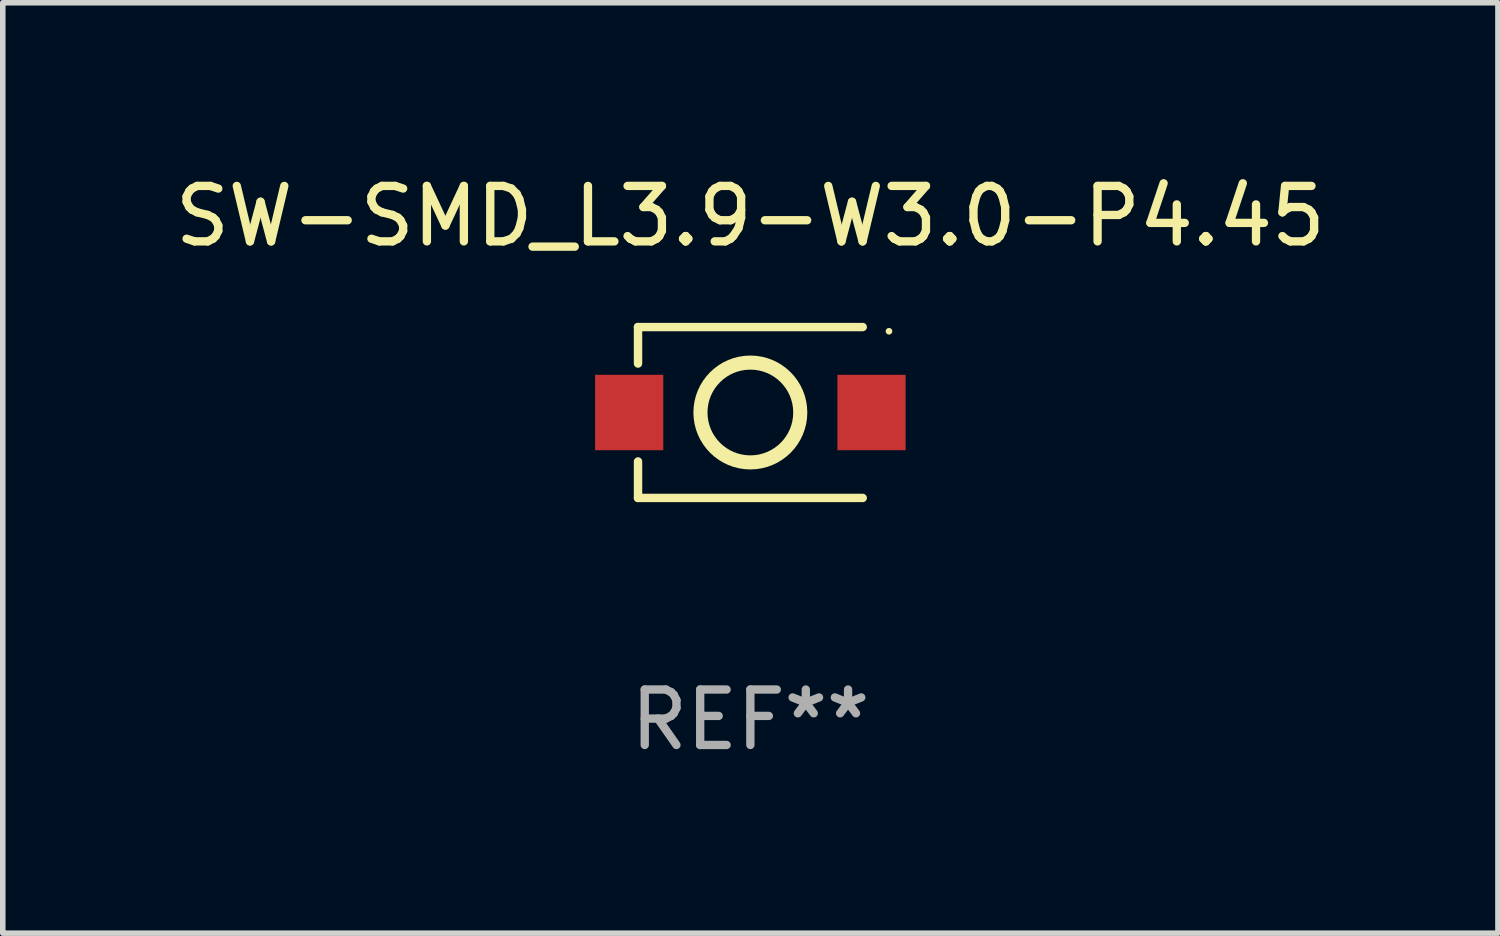
<source format=kicad_pcb>
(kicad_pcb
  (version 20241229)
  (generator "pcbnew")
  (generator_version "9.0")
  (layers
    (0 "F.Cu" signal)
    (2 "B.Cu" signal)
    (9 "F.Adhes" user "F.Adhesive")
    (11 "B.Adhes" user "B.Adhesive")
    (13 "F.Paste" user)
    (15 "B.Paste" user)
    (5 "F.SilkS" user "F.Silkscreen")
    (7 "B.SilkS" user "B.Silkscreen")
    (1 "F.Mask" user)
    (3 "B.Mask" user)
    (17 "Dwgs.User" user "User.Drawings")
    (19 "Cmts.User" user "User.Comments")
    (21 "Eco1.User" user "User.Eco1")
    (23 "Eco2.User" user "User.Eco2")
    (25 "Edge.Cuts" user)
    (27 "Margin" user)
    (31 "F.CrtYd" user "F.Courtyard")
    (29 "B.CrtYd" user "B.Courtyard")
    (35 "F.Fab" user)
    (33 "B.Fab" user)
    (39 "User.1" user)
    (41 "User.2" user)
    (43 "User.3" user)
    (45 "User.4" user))
  (footprint "SW-SMD_L3.9-W3.0-P4.45"
    (layer "F.Cu")
    (at 10.482 4.389)
    (property "Reference" "SW-SMD_L3.9-W3.0-P4.45" (at 0 -3.541 0) (layer "F.SilkS") (effects (font (size 1 1) (thickness 0.15))))
    (attr smd)
    (fp_line (start -2.026 -1.541) (end -2.026 -0.883) (stroke (width 0.152) (type solid)) (layer "F.SilkS"))
    (fp_line (start -2.026 1.541) (end -2.026 0.883) (stroke (width 0.152) (type solid)) (layer "F.SilkS"))
    (fp_line (start 2.026 -1.541) (end -2.026 -1.541) (stroke (width 0.152) (type solid)) (layer "F.SilkS"))
    (fp_line (start 2.026 1.541) (end -2.026 1.541) (stroke (width 0.152) (type solid)) (layer "F.SilkS"))
    (fp_circle (center -0.000025 -0.000025) (end 0.9 -0.000025) (stroke (width 0.254) (type solid)) (fill no) (layer "F.SilkS"))
    (fp_circle (center 2.5 -1.465) (end 2.53 -1.465) (stroke (width 0.06) (type solid)) (fill no) (layer "F.SilkS"))
    (fp_text user "REF**" (at 0 5.541 0) (layer "F.Fab") (effects (font (size 1 1) (thickness 0.15))))
    (pad "1" smd rect (at -2.185 0) (size 1.23 1.36) (layers "F.Cu" "F.Mask" "F.Paste"))
    (pad "2" smd rect (at 2.185 0) (size 1.23 1.36) (layers "F.Cu" "F.Mask" "F.Paste")))
  (gr_rect
    (start -3 -3)
    (end 23.964 13.779)
    (stroke (width 0.1) (type default))
    (fill no)
    (layer "Edge.Cuts")))
</source>
